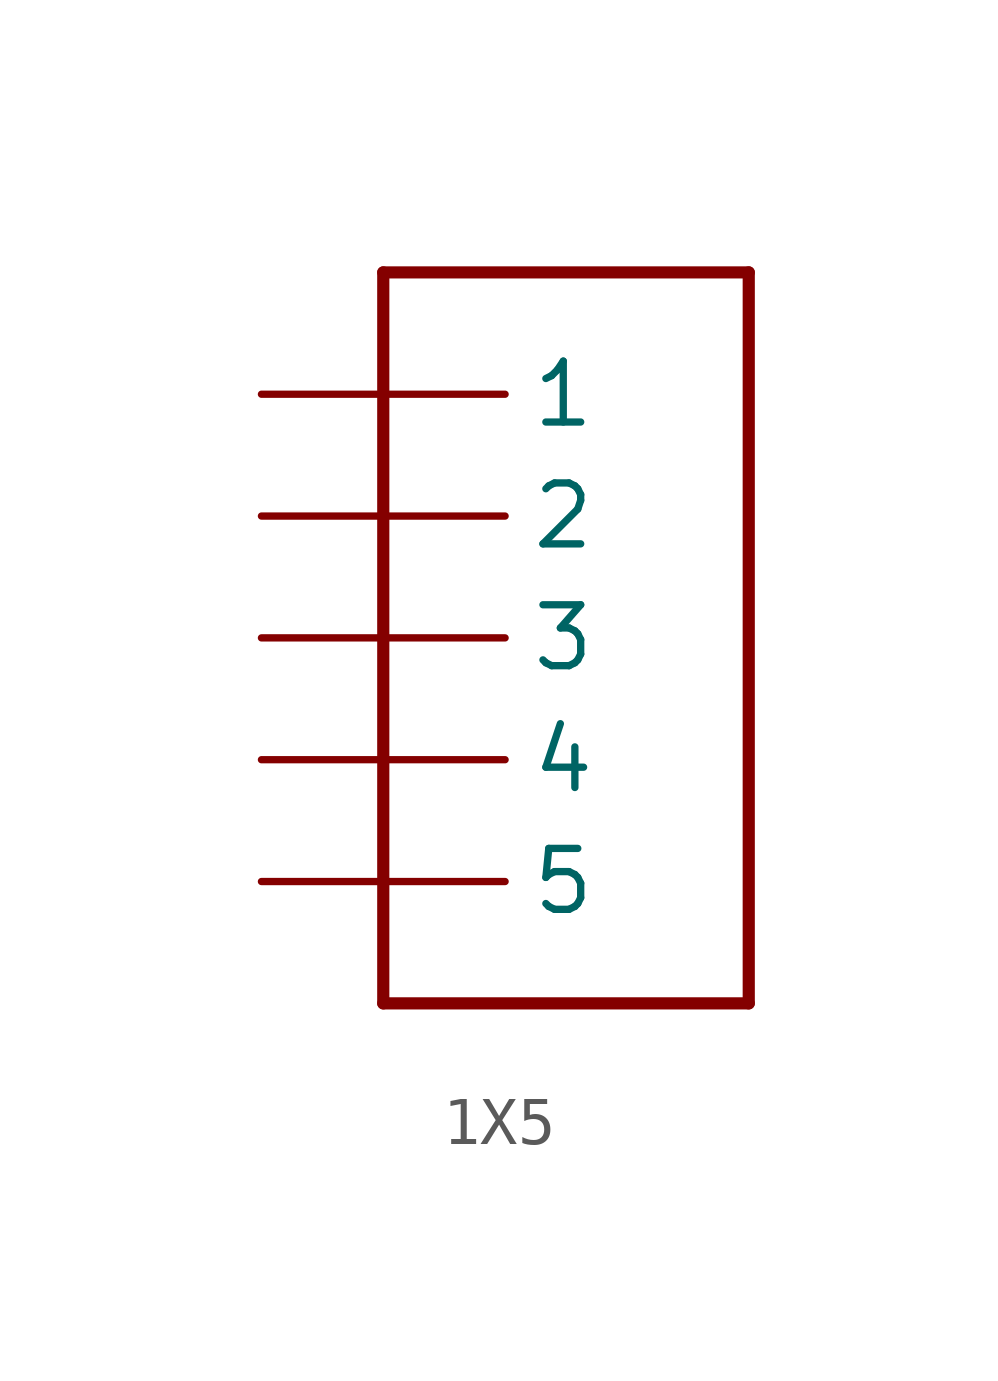
<source format=kicad_sym>
(kicad_symbol_lib
  (version 20211014)
  (generator kicad_symbol_editor)
  (symbol "1X5"
    (property "Reference" "J"
      (at 0 0 0)
      (effects (font (size 1.27 1.27)) hide))
    (property "ki_locked" ""
      (at 0 0 0)
      (effects (font (size 1.27 1.27))))
    (symbol "1X5_1_0"
      (polyline (pts (xy -5.08 -7.62) (xy 2.54 -7.62)) (stroke (width 0.254) (type default) (color 0 0 0 0)) (fill (type none)))
      (polyline (pts (xy -5.08 7.62) (xy -5.08 -7.62)) (stroke (width 0.254) (type default) (color 0 0 0 0)) (fill (type none)))
      (polyline (pts (xy 2.54 -7.62) (xy 2.54 7.62)) (stroke (width 0.254) (type default) (color 0 0 0 0)) (fill (type none)))
      (polyline (pts (xy 2.54 7.62) (xy -5.08 7.62)) (stroke (width 0.254) (type default) (color 0 0 0 0)) (fill (type none)))
      (pin passive line (at -7.62 5.08 0) (length 5.08) (name "1" (effects (font (size 1.27 1.27)))) (number "1" (effects (font (size 0 0)))))
      (pin passive line (at -7.62 2.54 0) (length 5.08) (name "2" (effects (font (size 1.27 1.27)))) (number "2" (effects (font (size 0 0)))))
      (pin passive line (at -7.62 0 0) (length 5.08) (name "3" (effects (font (size 1.27 1.27)))) (number "3" (effects (font (size 0 0)))))
      (pin passive line (at -7.62 -2.54 0) (length 5.08) (name "4" (effects (font (size 1.27 1.27)))) (number "4" (effects (font (size 0 0)))))
      (pin passive line (at -7.62 -5.08 0) (length 5.08) (name "5" (effects (font (size 1.27 1.27)))) (number "5" (effects (font (size 0 0))))))))
</source>
